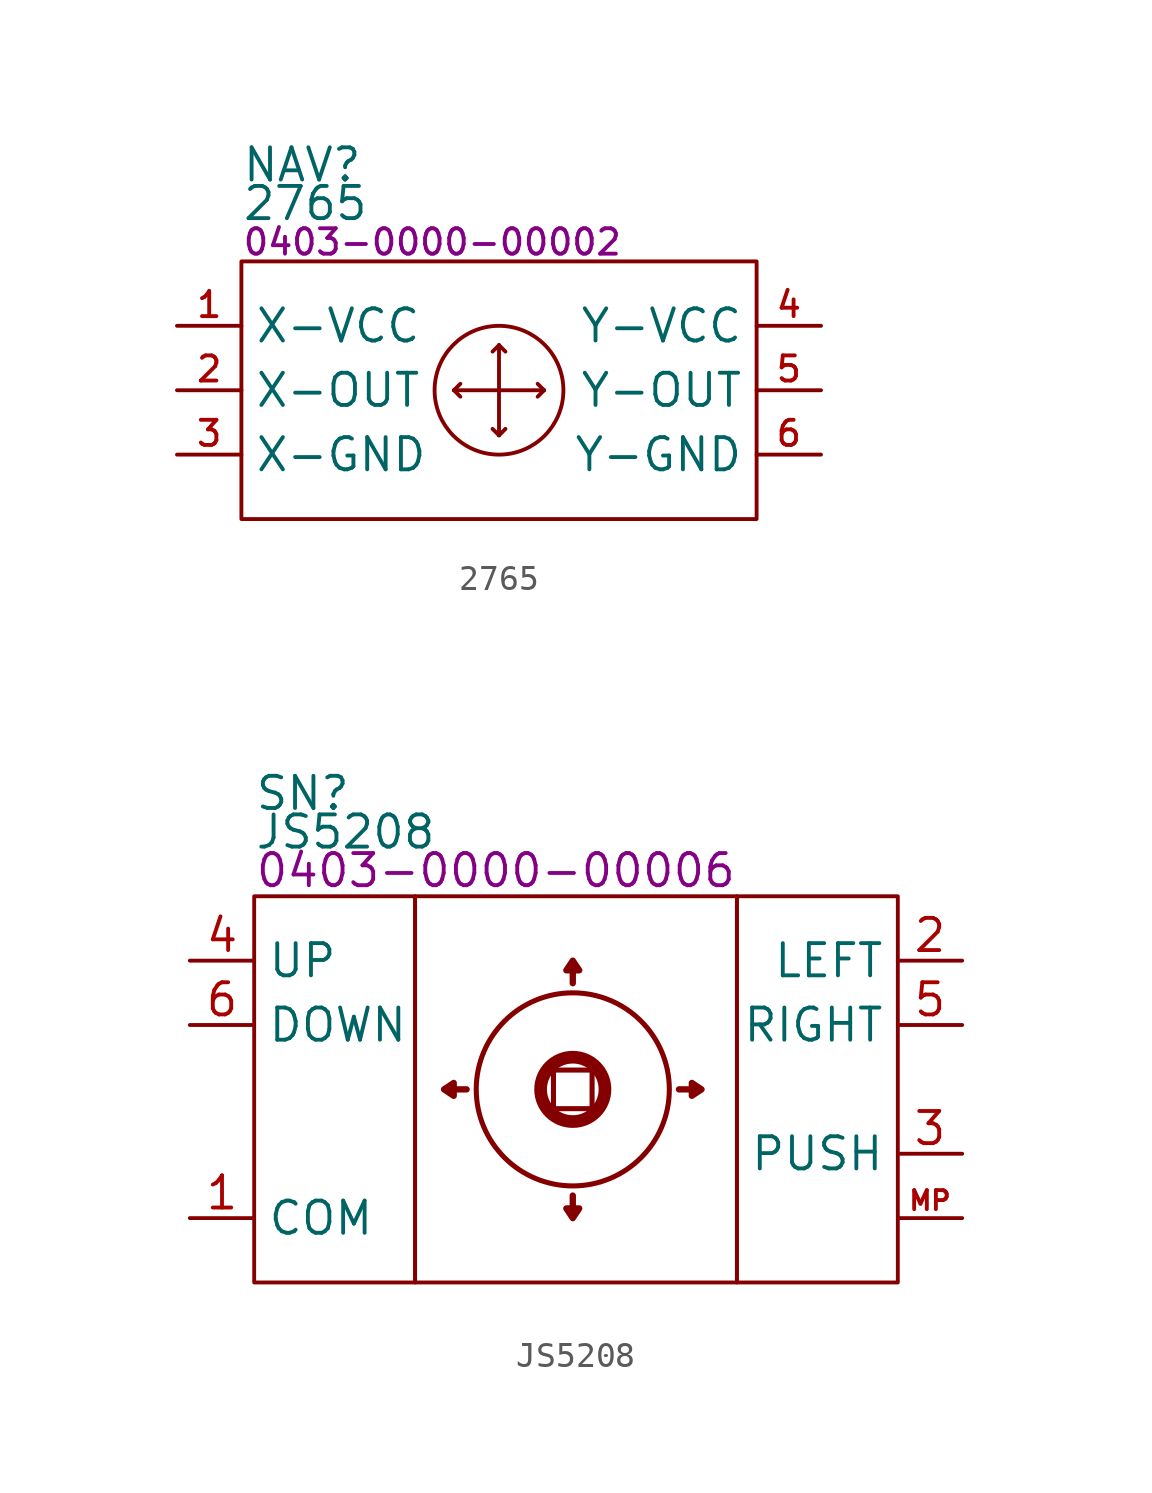
<source format=kicad_sym>
(kicad_symbol_lib
  (version 20231120)
  (generator "kicad_symbol_editor")
  (generator_version "8.0")
  (symbol "2765"
    (property "Reference" "NAV"
      (at 0 3.81 0)
      (effects (font (size 1.27 1.27)) (justify left)))
    (property "Value" "2765"
      (at 0 2.286 0)
      (effects (font (size 1.27 1.27)) (justify left)))
    (property "PartNumber" "0403-0000-00002"
      (at 0 0.762 0)
      (effects (font (size 1 1)) (justify left)))
    (symbol "2765_0_0"
      (pin power_in line (at -2.54 -2.54 0) (length 2.54) (name "X-VCC" (effects (font (size 1.27 1.27)))) (number "1" (effects (font (size 0.991 0.991)))))
      (pin output line (at -2.54 -5.08 0) (length 2.54) (name "X-OUT" (effects (font (size 1.27 1.27)))) (number "2" (effects (font (size 0.991 0.991)))))
      (pin power_in line (at -2.54 -7.62 0) (length 2.54) (name "X-GND" (effects (font (size 1.27 1.27)))) (number "3" (effects (font (size 0.991 0.991)))))
      (pin power_in line (at 22.86 -2.54 180) (length 2.54) (name "Y-VCC" (effects (font (size 1.27 1.27)))) (number "4" (effects (font (size 0.991 0.991)))))
      (pin output line (at 22.86 -5.08 180) (length 2.54) (name "Y-OUT" (effects (font (size 1.27 1.27)))) (number "5" (effects (font (size 0.991 0.991)))))
      (pin power_in line (at 22.86 -7.62 180) (length 2.54) (name "Y-GND" (effects (font (size 1.27 1.27)))) (number "6" (effects (font (size 0.991 0.991))))))
    (symbol "2765_0_1"
      (polyline (pts (xy 8.382 -5.08) (xy 8.636 -5.334)) (stroke (width 0) (type default)) (fill (type none)))
      (polyline (pts (xy 8.382 -5.08) (xy 8.636 -4.826)) (stroke (width 0) (type default)) (fill (type none)))
      (polyline (pts (xy 8.382 -5.08) (xy 11.938 -5.08)) (stroke (width 0) (type default)) (fill (type none)))
      (polyline (pts (xy 10.16 -6.858) (xy 9.906 -6.604)) (stroke (width 0) (type default)) (fill (type none)))
      (polyline (pts (xy 10.16 -6.858) (xy 10.414 -6.604)) (stroke (width 0) (type default)) (fill (type none)))
      (polyline (pts (xy 10.16 -3.302) (xy 9.906 -3.556)) (stroke (width 0) (type default)) (fill (type none)))
      (polyline (pts (xy 10.16 -3.302) (xy 10.16 -6.858)) (stroke (width 0) (type default)) (fill (type none)))
      (polyline (pts (xy 10.16 -3.302) (xy 10.414 -3.556)) (stroke (width 0) (type default)) (fill (type none)))
      (polyline (pts (xy 11.938 -5.08) (xy 11.684 -5.334)) (stroke (width 0) (type default)) (fill (type none)))
      (polyline (pts (xy 11.938 -5.08) (xy 11.684 -4.826)) (stroke (width 0) (type default)) (fill (type none)))
      (rectangle (start 0 0) (end 20.32 -10.16) (stroke (width 0) (type default)) (fill (type none)))
      (circle (center 10.16 -5.08) (radius 2.54) (stroke (width 0) (type default)) (fill (type none)))))
  (symbol "JS5208"
    (property "Reference" "SN"
      (at 0 4.064 0)
      (effects (font (size 1.27 1.27)) (justify left)))
    (property "Value" "JS5208"
      (at 0 2.54 0)
      (effects (font (size 1.27 1.27)) (justify left)))
    (property "PartNumber" "0403-0000-00006"
      (at 0 1.016 0)
      (effects (font (size 1.27 1.27)) (justify left)))
    (symbol "JS5208_0_0"
      (pin passive line (at -2.54 -12.7 0) (length 2.54) (name "COM" (effects (font (size 1.27 1.27)))) (number "1" (effects (font (size 1.27 1.27)))))
      (pin passive line (at 27.94 -2.54 180) (length 2.54) (name "LEFT" (effects (font (size 1.27 1.27)))) (number "2" (effects (font (size 1.27 1.27)))))
      (pin passive line (at 27.94 -10.16 180) (length 2.54) (name "PUSH" (effects (font (size 1.27 1.27)))) (number "3" (effects (font (size 1.27 1.27)))))
      (pin passive line (at -2.54 -2.54 0) (length 2.54) (name "UP" (effects (font (size 1.27 1.27)))) (number "4" (effects (font (size 1.27 1.27)))))
      (pin passive line (at 27.94 -5.08 180) (length 2.54) (name "RIGHT" (effects (font (size 1.27 1.27)))) (number "5" (effects (font (size 1.27 1.27)))))
      (pin passive line (at -2.54 -5.08 0) (length 2.54) (name "DOWN" (effects (font (size 1.27 1.27)))) (number "6" (effects (font (size 1.27 1.27))))))
    (symbol "JS5208_0_1"
      (polyline (pts (xy 8.382 -7.62) (xy 7.493 -7.62) (xy 7.874 -7.874) (xy 7.874 -7.366) (xy 7.493 -7.62)) (stroke (width 0.25) (type default)) (fill (type none)))
      (polyline (pts (xy 12.573 -11.811) (xy 12.573 -12.7) (xy 12.827 -12.319) (xy 12.319 -12.319) (xy 12.573 -12.7)) (stroke (width 0.25) (type default)) (fill (type none)))
      (polyline (pts (xy 12.573 -3.429) (xy 12.573 -2.54) (xy 12.319 -2.921) (xy 12.827 -2.921) (xy 12.573 -2.54)) (stroke (width 0.25) (type default)) (fill (type none)))
      (polyline (pts (xy 16.764 -7.62) (xy 17.653 -7.62) (xy 17.272 -7.366) (xy 17.272 -7.874) (xy 17.653 -7.62)) (stroke (width 0.25) (type default)) (fill (type none)))
      (rectangle (start 0 0) (end 6.35 -15.24) (stroke (width 0) (type default)) (fill (type none)))
      (rectangle (start 6.35 0) (end 19.05 -15.24) (stroke (width 0) (type default)) (fill (type none)))
      (rectangle (start 11.811 -6.858) (end 13.335 -8.382) (stroke (width 0.2) (type default)) (fill (type none)))
      (circle (center 12.573 -7.62) (radius 1.27) (stroke (width 0.5) (type default)) (fill (type none)))
      (circle (center 12.573 -7.62) (radius 3.81) (stroke (width 0.2) (type default)) (fill (type none)))
      (rectangle (start 19.05 0) (end 25.4 -15.24) (stroke (width 0) (type default)) (fill (type none))))
    (symbol "JS5208_1_0"
      (pin passive line (at 27.94 -12.7 180) (length 2.54) (name "~" (effects (font (size 1.27 1.27)))) (number "MP" (effects (font (size 0.75 0.75))))))))
</source>
